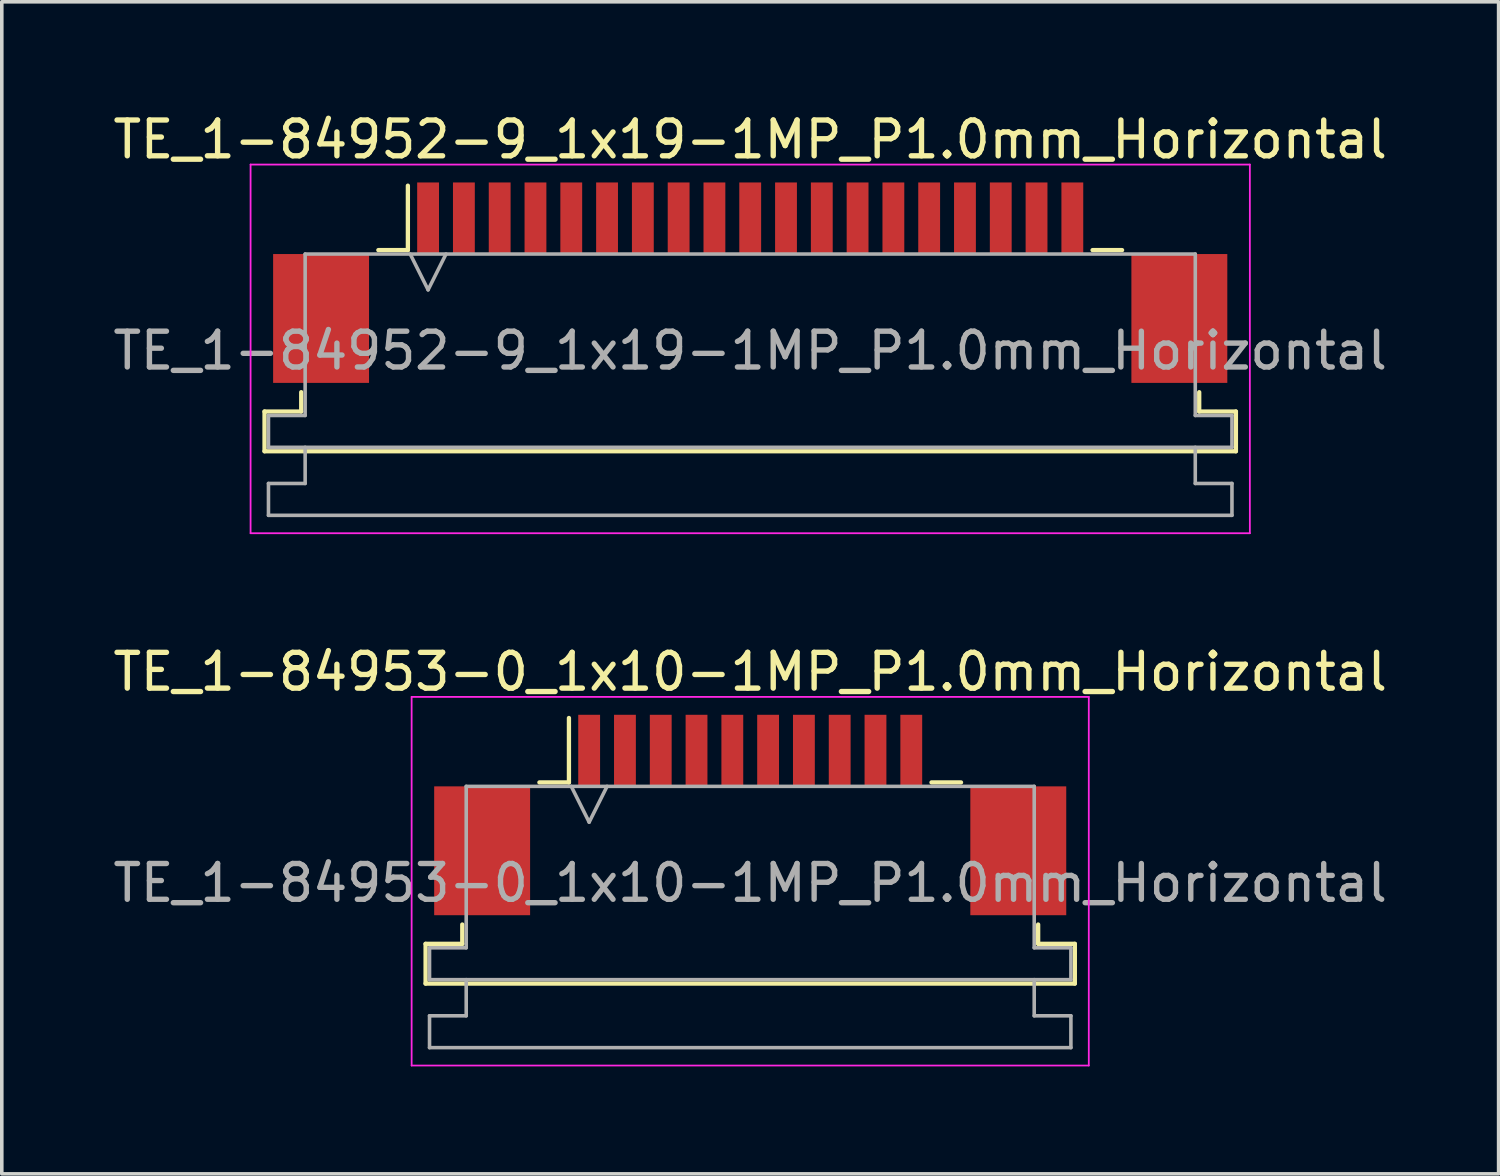
<source format=kicad_pcb>
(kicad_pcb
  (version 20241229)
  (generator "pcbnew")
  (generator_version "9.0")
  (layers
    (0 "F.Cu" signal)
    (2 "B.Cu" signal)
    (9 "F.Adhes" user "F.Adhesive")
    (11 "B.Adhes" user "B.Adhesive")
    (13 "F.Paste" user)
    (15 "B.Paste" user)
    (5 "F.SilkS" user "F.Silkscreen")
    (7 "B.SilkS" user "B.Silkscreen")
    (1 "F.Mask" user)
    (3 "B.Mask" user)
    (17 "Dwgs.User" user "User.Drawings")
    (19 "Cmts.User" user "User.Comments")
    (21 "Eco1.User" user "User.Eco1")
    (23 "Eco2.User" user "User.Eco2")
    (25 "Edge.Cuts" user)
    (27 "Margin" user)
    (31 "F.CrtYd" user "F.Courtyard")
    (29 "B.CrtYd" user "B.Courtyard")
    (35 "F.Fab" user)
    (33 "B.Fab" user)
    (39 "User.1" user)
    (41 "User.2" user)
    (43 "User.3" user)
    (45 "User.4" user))
  (footprint "TE_1-84952-9_1x19-1MP_P1.0mm_Horizontal"
    (layer "F.Cu")
    (at 17.911 4.848)
    (property "Reference" "TE_1-84952-9_1x19-1MP_P1.0mm_Horizontal" (at 0 -4 0) (layer "F.SilkS") (effects (font (size 1 1) (thickness 0.15))))
    (attr smd)
    (fp_line (start -13.57 3.6) (end -12.545 3.6) (stroke (width 0.12) (type solid)) (layer "F.SilkS"))
    (fp_line (start -13.57 4.71) (end -13.57 3.6) (stroke (width 0.12) (type solid)) (layer "F.SilkS"))
    (fp_line (start -12.545 3.6) (end -12.545 3.06) (stroke (width 0.12) (type solid)) (layer "F.SilkS"))
    (fp_line (start -10.39 -0.91) (end -9.565 -0.91) (stroke (width 0.12) (type solid)) (layer "F.SilkS"))
    (fp_line (start -9.565 -0.91) (end -9.565 -2.71) (stroke (width 0.12) (type solid)) (layer "F.SilkS"))
    (fp_line (start 9.565 -0.91) (end 10.39 -0.91) (stroke (width 0.12) (type solid)) (layer "F.SilkS"))
    (fp_line (start 12.545 3.06) (end 12.545 3.6) (stroke (width 0.12) (type solid)) (layer "F.SilkS"))
    (fp_line (start 12.545 3.6) (end 13.57 3.6) (stroke (width 0.12) (type solid)) (layer "F.SilkS"))
    (fp_line (start 13.57 3.6) (end 13.57 4.71) (stroke (width 0.12) (type solid)) (layer "F.SilkS"))
    (fp_line (start 13.57 4.71) (end -13.57 4.71) (stroke (width 0.12) (type solid)) (layer "F.SilkS"))
    (fp_line (start -13.96 -3.3) (end -13.96 7) (stroke (width 0.05) (type solid)) (layer "F.CrtYd"))
    (fp_line (start -13.96 7) (end 13.96 7) (stroke (width 0.05) (type solid)) (layer "F.CrtYd"))
    (fp_line (start 13.96 -3.3) (end -13.96 -3.3) (stroke (width 0.05) (type solid)) (layer "F.CrtYd"))
    (fp_line (start 13.96 7) (end 13.96 -3.3) (stroke (width 0.05) (type solid)) (layer "F.CrtYd"))
    (fp_line (start -13.46 3.71) (end -12.435 3.71) (stroke (width 0.1) (type solid)) (layer "F.Fab"))
    (fp_line (start -13.46 4.6) (end -13.46 3.71) (stroke (width 0.1) (type solid)) (layer "F.Fab"))
    (fp_line (start -13.46 5.61) (end -12.435 5.61) (stroke (width 0.1) (type solid)) (layer "F.Fab"))
    (fp_line (start -13.46 6.5) (end -13.46 5.61) (stroke (width 0.1) (type solid)) (layer "F.Fab"))
    (fp_line (start -12.435 -0.8) (end 12.435 -0.8) (stroke (width 0.1) (type solid)) (layer "F.Fab"))
    (fp_line (start -12.435 3.71) (end -12.435 -0.8) (stroke (width 0.1) (type solid)) (layer "F.Fab"))
    (fp_line (start -12.435 5.61) (end -12.435 4.6) (stroke (width 0.1) (type solid)) (layer "F.Fab"))
    (fp_line (start -9.5 -0.8) (end -9 0.2) (stroke (width 0.1) (type solid)) (layer "F.Fab"))
    (fp_line (start -9 0.2) (end -8.5 -0.8) (stroke (width 0.1) (type solid)) (layer "F.Fab"))
    (fp_line (start 12.435 -0.8) (end 12.435 3.71) (stroke (width 0.1) (type solid)) (layer "F.Fab"))
    (fp_line (start 12.435 3.71) (end 13.46 3.71) (stroke (width 0.1) (type solid)) (layer "F.Fab"))
    (fp_line (start 12.435 4.6) (end 12.435 5.61) (stroke (width 0.1) (type solid)) (layer "F.Fab"))
    (fp_line (start 12.435 5.61) (end 13.46 5.61) (stroke (width 0.1) (type solid)) (layer "F.Fab"))
    (fp_line (start 13.46 3.71) (end 13.46 4.6) (stroke (width 0.1) (type solid)) (layer "F.Fab"))
    (fp_line (start 13.46 4.6) (end -13.46 4.6) (stroke (width 0.1) (type solid)) (layer "F.Fab"))
    (fp_line (start 13.46 5.61) (end 13.46 6.5) (stroke (width 0.1) (type solid)) (layer "F.Fab"))
    (fp_line (start 13.46 6.5) (end -13.46 6.5) (stroke (width 0.1) (type solid)) (layer "F.Fab"))
    (fp_text user "${REFERENCE}" (at 0 1.9 0) (layer "F.Fab") (effects (font (size 1 1) (thickness 0.15))))
    (pad "1" smd rect (at -9 -1.8) (size 0.61 2) (layers "F.Cu" "F.Mask" "F.Paste"))
    (pad "2" smd rect (at -8 -1.8) (size 0.61 2) (layers "F.Cu" "F.Mask" "F.Paste"))
    (pad "3" smd rect (at -7 -1.8) (size 0.61 2) (layers "F.Cu" "F.Mask" "F.Paste"))
    (pad "4" smd rect (at -6 -1.8) (size 0.61 2) (layers "F.Cu" "F.Mask" "F.Paste"))
    (pad "5" smd rect (at -5 -1.8) (size 0.61 2) (layers "F.Cu" "F.Mask" "F.Paste"))
    (pad "6" smd rect (at -4 -1.8) (size 0.61 2) (layers "F.Cu" "F.Mask" "F.Paste"))
    (pad "7" smd rect (at -3 -1.8) (size 0.61 2) (layers "F.Cu" "F.Mask" "F.Paste"))
    (pad "8" smd rect (at -2 -1.8) (size 0.61 2) (layers "F.Cu" "F.Mask" "F.Paste"))
    (pad "9" smd rect (at -1 -1.8) (size 0.61 2) (layers "F.Cu" "F.Mask" "F.Paste"))
    (pad "10" smd rect (at 0 -1.8) (size 0.61 2) (layers "F.Cu" "F.Mask" "F.Paste"))
    (pad "11" smd rect (at 1 -1.8) (size 0.61 2) (layers "F.Cu" "F.Mask" "F.Paste"))
    (pad "12" smd rect (at 2 -1.8) (size 0.61 2) (layers "F.Cu" "F.Mask" "F.Paste"))
    (pad "13" smd rect (at 3 -1.8) (size 0.61 2) (layers "F.Cu" "F.Mask" "F.Paste"))
    (pad "14" smd rect (at 4 -1.8) (size 0.61 2) (layers "F.Cu" "F.Mask" "F.Paste"))
    (pad "15" smd rect (at 5 -1.8) (size 0.61 2) (layers "F.Cu" "F.Mask" "F.Paste"))
    (pad "16" smd rect (at 6 -1.8) (size 0.61 2) (layers "F.Cu" "F.Mask" "F.Paste"))
    (pad "17" smd rect (at 7 -1.8) (size 0.61 2) (layers "F.Cu" "F.Mask" "F.Paste"))
    (pad "18" smd rect (at 8 -1.8) (size 0.61 2) (layers "F.Cu" "F.Mask" "F.Paste"))
    (pad "19" smd rect (at 9 -1.8) (size 0.61 2) (layers "F.Cu" "F.Mask" "F.Paste"))
    (pad "MP" smd rect (at -11.99 1) (size 2.68 3.6) (layers "F.Cu" "F.Mask" "F.Paste"))
    (pad "MP" smd rect (at 11.99 1) (size 2.68 3.6) (layers "F.Cu" "F.Mask" "F.Paste")))
  (footprint "TE_1-84953-0_1x10-1MP_P1.0mm_Horizontal"
    (layer "F.Cu")
    (at 17.911 19.721)
    (property "Reference" "TE_1-84953-0_1x10-1MP_P1.0mm_Horizontal" (at 0 -4 0) (layer "F.SilkS") (effects (font (size 1 1) (thickness 0.15))))
    (attr smd)
    (fp_line (start -9.07 3.6) (end -8.045 3.6) (stroke (width 0.12) (type solid)) (layer "F.SilkS"))
    (fp_line (start -9.07 4.71) (end -9.07 3.6) (stroke (width 0.12) (type solid)) (layer "F.SilkS"))
    (fp_line (start -8.045 3.6) (end -8.045 3.06) (stroke (width 0.12) (type solid)) (layer "F.SilkS"))
    (fp_line (start -5.89 -0.91) (end -5.065 -0.91) (stroke (width 0.12) (type solid)) (layer "F.SilkS"))
    (fp_line (start -5.065 -0.91) (end -5.065 -2.71) (stroke (width 0.12) (type solid)) (layer "F.SilkS"))
    (fp_line (start 5.065 -0.91) (end 5.89 -0.91) (stroke (width 0.12) (type solid)) (layer "F.SilkS"))
    (fp_line (start 8.045 3.06) (end 8.045 3.6) (stroke (width 0.12) (type solid)) (layer "F.SilkS"))
    (fp_line (start 8.045 3.6) (end 9.07 3.6) (stroke (width 0.12) (type solid)) (layer "F.SilkS"))
    (fp_line (start 9.07 3.6) (end 9.07 4.71) (stroke (width 0.12) (type solid)) (layer "F.SilkS"))
    (fp_line (start 9.07 4.71) (end -9.07 4.71) (stroke (width 0.12) (type solid)) (layer "F.SilkS"))
    (fp_line (start -9.46 -3.3) (end -9.46 7) (stroke (width 0.05) (type solid)) (layer "F.CrtYd"))
    (fp_line (start -9.46 7) (end 9.46 7) (stroke (width 0.05) (type solid)) (layer "F.CrtYd"))
    (fp_line (start 9.46 -3.3) (end -9.46 -3.3) (stroke (width 0.05) (type solid)) (layer "F.CrtYd"))
    (fp_line (start 9.46 7) (end 9.46 -3.3) (stroke (width 0.05) (type solid)) (layer "F.CrtYd"))
    (fp_line (start -8.96 3.71) (end -7.935 3.71) (stroke (width 0.1) (type solid)) (layer "F.Fab"))
    (fp_line (start -8.96 4.6) (end -8.96 3.71) (stroke (width 0.1) (type solid)) (layer "F.Fab"))
    (fp_line (start -8.96 5.61) (end -7.935 5.61) (stroke (width 0.1) (type solid)) (layer "F.Fab"))
    (fp_line (start -8.96 6.5) (end -8.96 5.61) (stroke (width 0.1) (type solid)) (layer "F.Fab"))
    (fp_line (start -7.935 -0.8) (end 7.935 -0.8) (stroke (width 0.1) (type solid)) (layer "F.Fab"))
    (fp_line (start -7.935 3.71) (end -7.935 -0.8) (stroke (width 0.1) (type solid)) (layer "F.Fab"))
    (fp_line (start -7.935 5.61) (end -7.935 4.6) (stroke (width 0.1) (type solid)) (layer "F.Fab"))
    (fp_line (start -5 -0.8) (end -4.5 0.2) (stroke (width 0.1) (type solid)) (layer "F.Fab"))
    (fp_line (start -4.5 0.2) (end -4 -0.8) (stroke (width 0.1) (type solid)) (layer "F.Fab"))
    (fp_line (start 7.935 -0.8) (end 7.935 3.71) (stroke (width 0.1) (type solid)) (layer "F.Fab"))
    (fp_line (start 7.935 3.71) (end 8.96 3.71) (stroke (width 0.1) (type solid)) (layer "F.Fab"))
    (fp_line (start 7.935 4.6) (end 7.935 5.61) (stroke (width 0.1) (type solid)) (layer "F.Fab"))
    (fp_line (start 7.935 5.61) (end 8.96 5.61) (stroke (width 0.1) (type solid)) (layer "F.Fab"))
    (fp_line (start 8.96 3.71) (end 8.96 4.6) (stroke (width 0.1) (type solid)) (layer "F.Fab"))
    (fp_line (start 8.96 4.6) (end -8.96 4.6) (stroke (width 0.1) (type solid)) (layer "F.Fab"))
    (fp_line (start 8.96 5.61) (end 8.96 6.5) (stroke (width 0.1) (type solid)) (layer "F.Fab"))
    (fp_line (start 8.96 6.5) (end -8.96 6.5) (stroke (width 0.1) (type solid)) (layer "F.Fab"))
    (fp_text user "${REFERENCE}" (at 0 1.9 0) (layer "F.Fab") (effects (font (size 1 1) (thickness 0.15))))
    (pad "1" smd rect (at -4.5 -1.8) (size 0.61 2) (layers "F.Cu" "F.Mask" "F.Paste"))
    (pad "2" smd rect (at -3.5 -1.8) (size 0.61 2) (layers "F.Cu" "F.Mask" "F.Paste"))
    (pad "3" smd rect (at -2.5 -1.8) (size 0.61 2) (layers "F.Cu" "F.Mask" "F.Paste"))
    (pad "4" smd rect (at -1.5 -1.8) (size 0.61 2) (layers "F.Cu" "F.Mask" "F.Paste"))
    (pad "5" smd rect (at -0.5 -1.8) (size 0.61 2) (layers "F.Cu" "F.Mask" "F.Paste"))
    (pad "6" smd rect (at 0.5 -1.8) (size 0.61 2) (layers "F.Cu" "F.Mask" "F.Paste"))
    (pad "7" smd rect (at 1.5 -1.8) (size 0.61 2) (layers "F.Cu" "F.Mask" "F.Paste"))
    (pad "8" smd rect (at 2.5 -1.8) (size 0.61 2) (layers "F.Cu" "F.Mask" "F.Paste"))
    (pad "9" smd rect (at 3.5 -1.8) (size 0.61 2) (layers "F.Cu" "F.Mask" "F.Paste"))
    (pad "10" smd rect (at 4.5 -1.8) (size 0.61 2) (layers "F.Cu" "F.Mask" "F.Paste"))
    (pad "MP" smd rect (at -7.49 1) (size 2.68 3.6) (layers "F.Cu" "F.Mask" "F.Paste"))
    (pad "MP" smd rect (at 7.49 1) (size 2.68 3.6) (layers "F.Cu" "F.Mask" "F.Paste")))
  (gr_rect
    (start -3 -3)
    (end 38.821 29.747)
    (stroke (width 0.1) (type default))
    (fill no)
    (layer "Edge.Cuts")))
</source>
